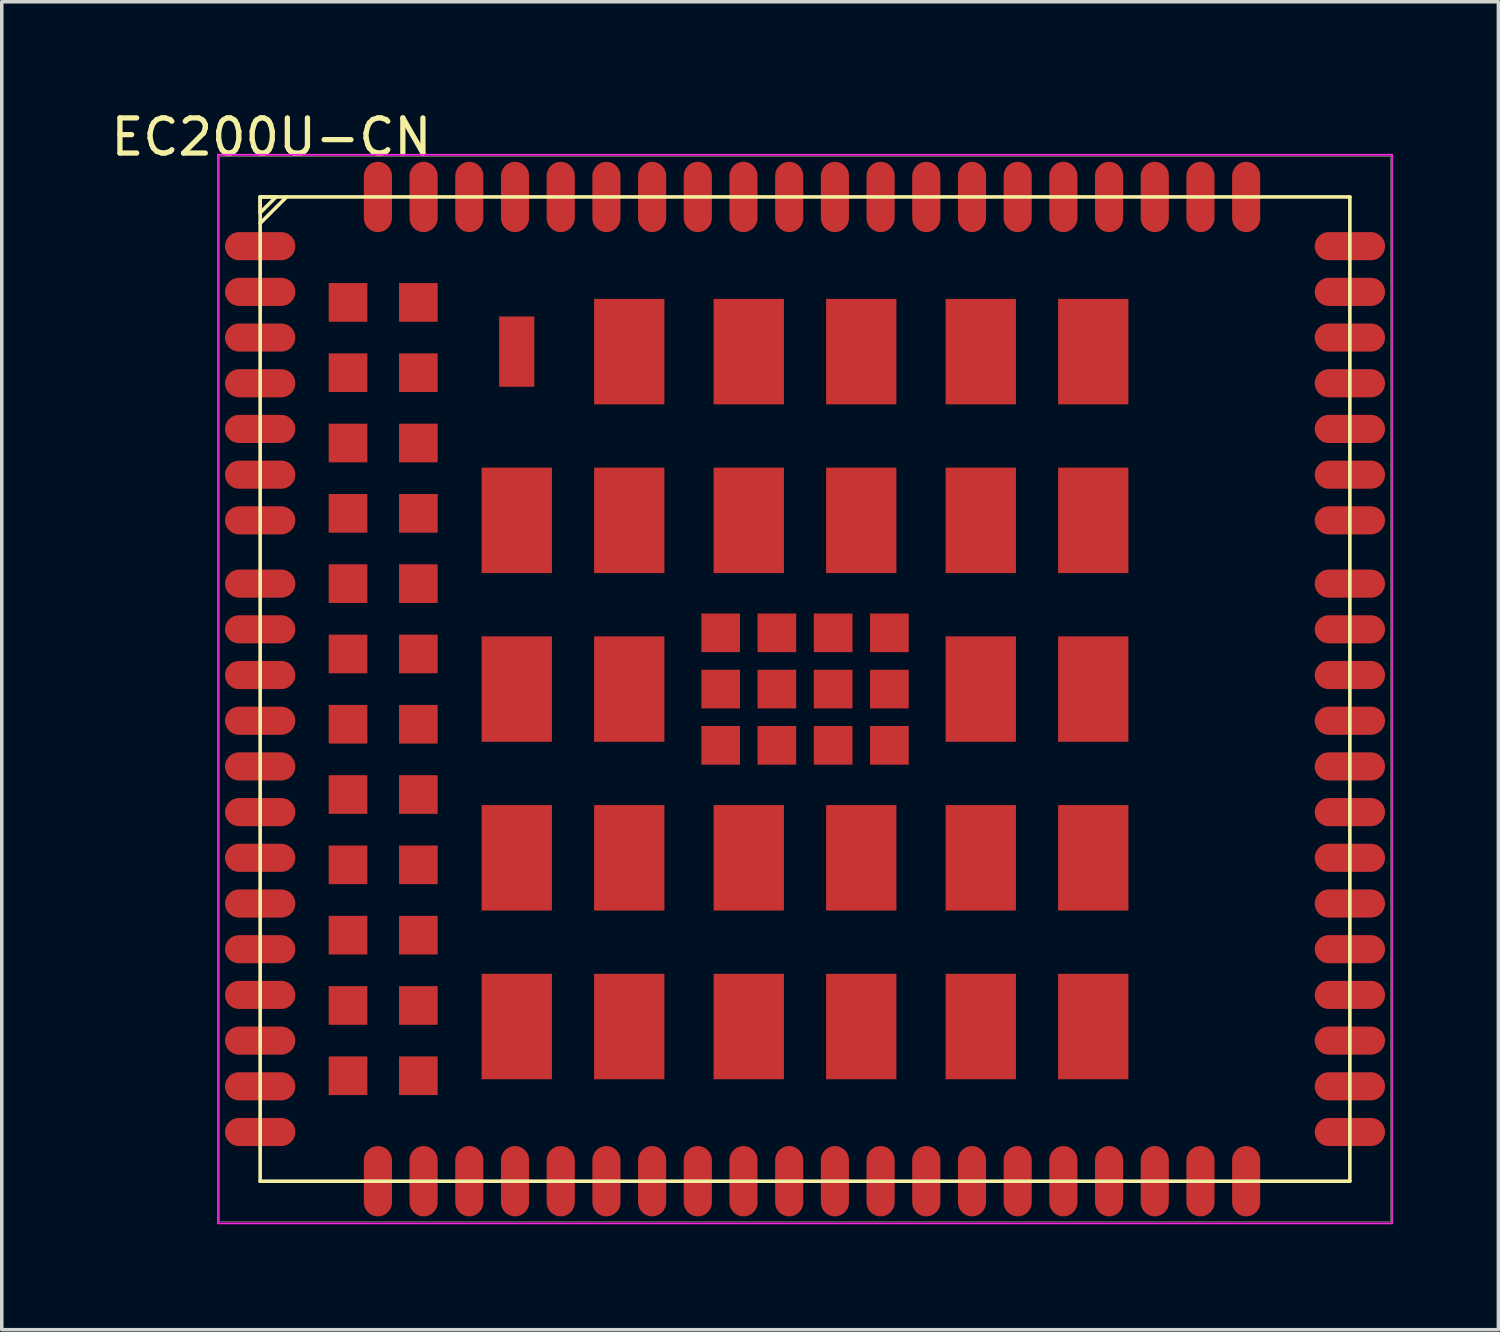
<source format=kicad_pcb>
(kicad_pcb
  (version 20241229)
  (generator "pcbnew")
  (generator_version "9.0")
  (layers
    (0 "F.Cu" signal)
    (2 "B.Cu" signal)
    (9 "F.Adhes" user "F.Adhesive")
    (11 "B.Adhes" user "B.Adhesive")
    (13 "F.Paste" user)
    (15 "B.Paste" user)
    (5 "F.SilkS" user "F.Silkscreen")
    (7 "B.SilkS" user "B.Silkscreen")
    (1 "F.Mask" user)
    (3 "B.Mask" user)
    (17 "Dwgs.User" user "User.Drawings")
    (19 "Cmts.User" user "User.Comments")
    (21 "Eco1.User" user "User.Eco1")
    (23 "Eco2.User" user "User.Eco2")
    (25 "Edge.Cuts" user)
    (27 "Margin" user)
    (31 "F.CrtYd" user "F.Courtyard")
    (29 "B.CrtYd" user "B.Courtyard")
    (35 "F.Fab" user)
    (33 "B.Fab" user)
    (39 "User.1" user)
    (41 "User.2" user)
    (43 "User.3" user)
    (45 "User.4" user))
  (footprint "EC200U-CN"
    (layer "F.Cu")
    (at 19.851 16.553)
    (property "Reference" "EC200U-CN" (at -15.179 -15.704 0) (layer "F.SilkS") (effects (font (size 1 1) (thickness 0.15))))
    (attr through_hole)
    (fp_line (start -16.65 -15.15) (end 16.65 -15.15) (stroke (width 0.01) (type solid)) (layer "F.SilkS"))
    (fp_line (start -16.65 15.15) (end -16.65 -15.15) (stroke (width 0.01) (type solid)) (layer "F.SilkS"))
    (fp_line (start -16.65 15.15) (end 16.65 15.15) (stroke (width 0.01) (type solid)) (layer "F.SilkS"))
    (fp_line (start -15.5 -14) (end -15.05 -14) (stroke (width 0.102) (type solid)) (layer "F.SilkS"))
    (fp_line (start -15.5 -14) (end 15.5 -14) (stroke (width 0.102) (type solid)) (layer "F.SilkS"))
    (fp_line (start -15.5 -13.55) (end -15.5 -14) (stroke (width 0.102) (type solid)) (layer "F.SilkS"))
    (fp_line (start -15.5 -13.55) (end -15.05 -14) (stroke (width 0.102) (type solid)) (layer "F.SilkS"))
    (fp_line (start -15.5 -13.25) (end -14.75 -14) (stroke (width 0.102) (type solid)) (layer "F.SilkS"))
    (fp_line (start -15.5 14) (end -15.5 -14) (stroke (width 0.102) (type solid)) (layer "F.SilkS"))
    (fp_line (start -15.5 14) (end 15.5 14) (stroke (width 0.102) (type solid)) (layer "F.SilkS"))
    (fp_line (start 15.5 14) (end 15.5 -14) (stroke (width 0.102) (type solid)) (layer "F.SilkS"))
    (fp_line (start 16.65 15.15) (end 16.65 -15.15) (stroke (width 0.01) (type solid)) (layer "F.SilkS"))
    (fp_line (start -16.7 -15.2) (end 16.7 -15.2) (stroke (width 0.05) (type solid)) (layer "F.CrtYd"))
    (fp_line (start -16.7 15.2) (end -16.7 -15.2) (stroke (width 0.05) (type solid)) (layer "F.CrtYd"))
    (fp_line (start 16.7 -15.2) (end 16.7 15.2) (stroke (width 0.05) (type solid)) (layer "F.CrtYd"))
    (fp_line (start 16.7 15.2) (end -16.7 15.2) (stroke (width 0.05) (type solid)) (layer "F.CrtYd"))
    (pad "1" smd oval (at -15.5 -12.6) (size 2 0.8) (layers "F.Cu" "F.Mask" "F.Paste"))
    (pad "2" smd oval (at -15.5 -11.3) (size 2 0.8) (layers "F.Cu" "F.Mask" "F.Paste"))
    (pad "3" smd oval (at -15.5 -10) (size 2 0.8) (layers "F.Cu" "F.Mask" "F.Paste"))
    (pad "4" smd oval (at -15.5 -8.7) (size 2 0.8) (layers "F.Cu" "F.Mask" "F.Paste"))
    (pad "5" smd oval (at -15.5 -7.4) (size 2 0.8) (layers "F.Cu" "F.Mask" "F.Paste"))
    (pad "6" smd oval (at -15.5 -6.1) (size 2 0.8) (layers "F.Cu" "F.Mask" "F.Paste"))
    (pad "7" smd oval (at -15.5 -4.8) (size 2 0.8) (layers "F.Cu" "F.Mask" "F.Paste"))
    (pad "8" smd oval (at -15.5 -0.4) (size 2 0.8) (layers "F.Cu" "F.Mask" "F.Paste"))
    (pad "9" smd oval (at -15.5 0.9) (size 2 0.8) (layers "F.Cu" "F.Mask" "F.Paste"))
    (pad "10" smd oval (at -15.5 2.2) (size 2 0.8) (layers "F.Cu" "F.Mask" "F.Paste"))
    (pad "11" smd oval (at -15.5 3.5) (size 2 0.8) (layers "F.Cu" "F.Mask" "F.Paste"))
    (pad "12" smd oval (at -15.5 4.8) (size 2 0.8) (layers "F.Cu" "F.Mask" "F.Paste"))
    (pad "13" smd oval (at -15.5 6.1) (size 2 0.8) (layers "F.Cu" "F.Mask" "F.Paste"))
    (pad "14" smd oval (at -15.5 7.4) (size 2 0.8) (layers "F.Cu" "F.Mask" "F.Paste"))
    (pad "15" smd oval (at -15.5 8.7) (size 2 0.8) (layers "F.Cu" "F.Mask" "F.Paste"))
    (pad "16" smd oval (at -15.5 10) (size 2 0.8) (layers "F.Cu" "F.Mask" "F.Paste"))
    (pad "17" smd oval (at -15.5 11.3) (size 2 0.8) (layers "F.Cu" "F.Mask" "F.Paste"))
    (pad "18" smd oval (at -15.5 12.6) (size 2 0.8) (layers "F.Cu" "F.Mask" "F.Paste"))
    (pad "19" smd oval (at -9.55 14 90) (size 2 0.8) (layers "F.Cu" "F.Mask" "F.Paste"))
    (pad "20" smd oval (at -8.25 14 90) (size 2 0.8) (layers "F.Cu" "F.Mask" "F.Paste"))
    (pad "21" smd oval (at -6.95 14 90) (size 2 0.8) (layers "F.Cu" "F.Mask" "F.Paste"))
    (pad "22" smd oval (at -5.65 14 90) (size 2 0.8) (layers "F.Cu" "F.Mask" "F.Paste"))
    (pad "23" smd oval (at -4.35 14 90) (size 2 0.8) (layers "F.Cu" "F.Mask" "F.Paste"))
    (pad "24" smd oval (at -3.05 14 90) (size 2 0.8) (layers "F.Cu" "F.Mask" "F.Paste"))
    (pad "25" smd oval (at -1.75 14 90) (size 2 0.8) (layers "F.Cu" "F.Mask" "F.Paste"))
    (pad "26" smd oval (at -0.45 14 90) (size 2 0.8) (layers "F.Cu" "F.Mask" "F.Paste"))
    (pad "27" smd oval (at 0.85 14 90) (size 2 0.8) (layers "F.Cu" "F.Mask" "F.Paste"))
    (pad "28" smd oval (at 2.15 14 90) (size 2 0.8) (layers "F.Cu" "F.Mask" "F.Paste"))
    (pad "29" smd oval (at 3.45 14 90) (size 2 0.8) (layers "F.Cu" "F.Mask" "F.Paste"))
    (pad "30" smd oval (at 4.75 14 90) (size 2 0.8) (layers "F.Cu" "F.Mask" "F.Paste"))
    (pad "31" smd oval (at 6.05 14 90) (size 2 0.8) (layers "F.Cu" "F.Mask" "F.Paste"))
    (pad "32" smd oval (at 7.35 14 90) (size 2 0.8) (layers "F.Cu" "F.Mask" "F.Paste"))
    (pad "33" smd oval (at 8.65 14 90) (size 2 0.8) (layers "F.Cu" "F.Mask" "F.Paste"))
    (pad "34" smd oval (at 9.95 14 90) (size 2 0.8) (layers "F.Cu" "F.Mask" "F.Paste"))
    (pad "35" smd oval (at 11.25 14 90) (size 2 0.8) (layers "F.Cu" "F.Mask" "F.Paste"))
    (pad "36" smd oval (at 12.55 14 90) (size 2 0.8) (layers "F.Cu" "F.Mask" "F.Paste"))
    (pad "37" smd oval (at 15.5 12.6) (size 2 0.8) (layers "F.Cu" "F.Mask" "F.Paste"))
    (pad "38" smd oval (at 15.5 11.3) (size 2 0.8) (layers "F.Cu" "F.Mask" "F.Paste"))
    (pad "39" smd oval (at 15.5 10) (size 2 0.8) (layers "F.Cu" "F.Mask" "F.Paste"))
    (pad "40" smd oval (at 15.5 8.7) (size 2 0.8) (layers "F.Cu" "F.Mask" "F.Paste"))
    (pad "41" smd oval (at 15.5 7.4) (size 2 0.8) (layers "F.Cu" "F.Mask" "F.Paste"))
    (pad "42" smd oval (at 15.5 6.1) (size 2 0.8) (layers "F.Cu" "F.Mask" "F.Paste"))
    (pad "43" smd oval (at 15.5 4.8) (size 2 0.8) (layers "F.Cu" "F.Mask" "F.Paste"))
    (pad "44" smd oval (at 15.5 3.5) (size 2 0.8) (layers "F.Cu" "F.Mask" "F.Paste"))
    (pad "45" smd oval (at 15.5 2.2) (size 2 0.8) (layers "F.Cu" "F.Mask" "F.Paste"))
    (pad "46" smd oval (at 15.5 0.9) (size 2 0.8) (layers "F.Cu" "F.Mask" "F.Paste"))
    (pad "47" smd oval (at 15.5 -0.4) (size 2 0.8) (layers "F.Cu" "F.Mask" "F.Paste"))
    (pad "48" smd oval (at 15.5 -4.8) (size 2 0.8) (layers "F.Cu" "F.Mask" "F.Paste"))
    (pad "49" smd oval (at 15.5 -6.1) (size 2 0.8) (layers "F.Cu" "F.Mask" "F.Paste"))
    (pad "50" smd oval (at 15.5 -7.4) (size 2 0.8) (layers "F.Cu" "F.Mask" "F.Paste"))
    (pad "51" smd oval (at 15.5 -8.7) (size 2 0.8) (layers "F.Cu" "F.Mask" "F.Paste"))
    (pad "52" smd oval (at 15.5 -10) (size 2 0.8) (layers "F.Cu" "F.Mask" "F.Paste"))
    (pad "53" smd oval (at 15.5 -11.3) (size 2 0.8) (layers "F.Cu" "F.Mask" "F.Paste"))
    (pad "54" smd oval (at 15.5 -12.6) (size 2 0.8) (layers "F.Cu" "F.Mask" "F.Paste"))
    (pad "55" smd oval (at 12.55 -14 90) (size 2 0.8) (layers "F.Cu" "F.Mask" "F.Paste"))
    (pad "56" smd oval (at 11.25 -14 90) (size 2 0.8) (layers "F.Cu" "F.Mask" "F.Paste"))
    (pad "57" smd oval (at 9.95 -14 90) (size 2 0.8) (layers "F.Cu" "F.Mask" "F.Paste"))
    (pad "58" smd oval (at 8.65 -14 90) (size 2 0.8) (layers "F.Cu" "F.Mask" "F.Paste"))
    (pad "59" smd oval (at 7.35 -14 90) (size 2 0.8) (layers "F.Cu" "F.Mask" "F.Paste"))
    (pad "60" smd oval (at 6.05 -14 90) (size 2 0.8) (layers "F.Cu" "F.Mask" "F.Paste"))
    (pad "61" smd oval (at 4.75 -14 90) (size 2 0.8) (layers "F.Cu" "F.Mask" "F.Paste"))
    (pad "62" smd oval (at 3.45 -14 90) (size 2 0.8) (layers "F.Cu" "F.Mask" "F.Paste"))
    (pad "63" smd oval (at 2.15 -14 90) (size 2 0.8) (layers "F.Cu" "F.Mask" "F.Paste"))
    (pad "64" smd oval (at 0.85 -14 90) (size 2 0.8) (layers "F.Cu" "F.Mask" "F.Paste"))
    (pad "65" smd oval (at -0.45 -14 90) (size 2 0.8) (layers "F.Cu" "F.Mask" "F.Paste"))
    (pad "66" smd oval (at -1.75 -14 90) (size 2 0.8) (layers "F.Cu" "F.Mask" "F.Paste"))
    (pad "67" smd oval (at -3.05 -14 90) (size 2 0.8) (layers "F.Cu" "F.Mask" "F.Paste"))
    (pad "68" smd oval (at -4.35 -14 90) (size 2 0.8) (layers "F.Cu" "F.Mask" "F.Paste"))
    (pad "69" smd oval (at -5.65 -14 90) (size 2 0.8) (layers "F.Cu" "F.Mask" "F.Paste"))
    (pad "70" smd oval (at -6.95 -14 90) (size 2 0.8) (layers "F.Cu" "F.Mask" "F.Paste"))
    (pad "71" smd oval (at -8.25 -14 90) (size 2 0.8) (layers "F.Cu" "F.Mask" "F.Paste"))
    (pad "72" smd oval (at -9.55 -14 90) (size 2 0.8) (layers "F.Cu" "F.Mask" "F.Paste"))
    (pad "73" smd rect (at 2.4 -1.6) (size 1.1 1.1) (layers "F.Cu" "F.Mask" "F.Paste"))
    (pad "74" smd rect (at 2.4 0) (size 1.1 1.1) (layers "F.Cu" "F.Mask" "F.Paste"))
    (pad "75" smd rect (at 2.4 1.6) (size 1.1 1.1) (layers "F.Cu" "F.Mask" "F.Paste"))
    (pad "76" smd rect (at 0.8 -1.6) (size 1.1 1.1) (layers "F.Cu" "F.Mask" "F.Paste"))
    (pad "77" smd rect (at 0.8 0) (size 1.1 1.1) (layers "F.Cu" "F.Mask" "F.Paste"))
    (pad "78" smd rect (at 0.8 1.6) (size 1.1 1.1) (layers "F.Cu" "F.Mask" "F.Paste"))
    (pad "79" smd rect (at -0.8 -1.6) (size 1.1 1.1) (layers "F.Cu" "F.Mask" "F.Paste"))
    (pad "80" smd rect (at -0.8 0) (size 1.1 1.1) (layers "F.Cu" "F.Mask" "F.Paste"))
    (pad "81" smd rect (at -0.8 1.6) (size 1.1 1.1) (layers "F.Cu" "F.Mask" "F.Paste"))
    (pad "82" smd rect (at -2.4 -1.6) (size 1.1 1.1) (layers "F.Cu" "F.Mask" "F.Paste"))
    (pad "83" smd rect (at -2.4 0) (size 1.1 1.1) (layers "F.Cu" "F.Mask" "F.Paste"))
    (pad "84" smd rect (at -2.4 1.6) (size 1.1 1.1) (layers "F.Cu" "F.Mask" "F.Paste"))
    (pad "85" smd rect (at 8.2 -9.6 90) (size 3 2) (layers "F.Cu" "F.Mask" "F.Paste"))
    (pad "86" smd rect (at 8.2 -4.8 90) (size 3 2) (layers "F.Cu" "F.Mask" "F.Paste"))
    (pad "87" smd rect (at 8.2 0 90) (size 3 2) (layers "F.Cu" "F.Mask" "F.Paste"))
    (pad "88" smd rect (at 8.2 4.8 90) (size 3 2) (layers "F.Cu" "F.Mask" "F.Paste"))
    (pad "89" smd rect (at 8.2 9.6 90) (size 3 2) (layers "F.Cu" "F.Mask" "F.Paste"))
    (pad "90" smd rect (at 5 -9.6 90) (size 3 2) (layers "F.Cu" "F.Mask" "F.Paste"))
    (pad "91" smd rect (at 5 -4.8 90) (size 3 2) (layers "F.Cu" "F.Mask" "F.Paste"))
    (pad "92" smd rect (at 5 0 90) (size 3 2) (layers "F.Cu" "F.Mask" "F.Paste"))
    (pad "93" smd rect (at 5 4.8 90) (size 3 2) (layers "F.Cu" "F.Mask" "F.Paste"))
    (pad "94" smd rect (at 5 9.6 90) (size 3 2) (layers "F.Cu" "F.Mask" "F.Paste"))
    (pad "95" smd rect (at 1.6 -9.6 90) (size 3 2) (layers "F.Cu" "F.Mask" "F.Paste"))
    (pad "96" smd rect (at 1.6 -4.8 90) (size 3 2) (layers "F.Cu" "F.Mask" "F.Paste"))
    (pad "97" smd rect (at 1.6 4.8 90) (size 3 2) (layers "F.Cu" "F.Mask" "F.Paste"))
    (pad "98" smd rect (at 1.6 9.6 90) (size 3 2) (layers "F.Cu" "F.Mask" "F.Paste"))
    (pad "99" smd rect (at -1.6 -9.6 90) (size 3 2) (layers "F.Cu" "F.Mask" "F.Paste"))
    (pad "100" smd rect (at -1.6 -4.8 90) (size 3 2) (layers "F.Cu" "F.Mask" "F.Paste"))
    (pad "101" smd rect (at -1.6 4.8 90) (size 3 2) (layers "F.Cu" "F.Mask" "F.Paste"))
    (pad "102" smd rect (at -1.6 9.6 90) (size 3 2) (layers "F.Cu" "F.Mask" "F.Paste"))
    (pad "103" smd rect (at -5 -9.6 90) (size 3 2) (layers "F.Cu" "F.Mask" "F.Paste"))
    (pad "104" smd rect (at -5 -4.8 90) (size 3 2) (layers "F.Cu" "F.Mask" "F.Paste"))
    (pad "105" smd rect (at -5 0 90) (size 3 2) (layers "F.Cu" "F.Mask" "F.Paste"))
    (pad "106" smd rect (at -5 4.8 90) (size 3 2) (layers "F.Cu" "F.Mask" "F.Paste"))
    (pad "107" smd rect (at -5 9.6 90) (size 3 2) (layers "F.Cu" "F.Mask" "F.Paste"))
    (pad "108" smd rect (at -8.2 -9.6 90) (size 2 1) (layers "F.Cu" "F.Mask" "F.Paste"))
    (pad "109" smd rect (at -8.2 -4.8 90) (size 3 2) (layers "F.Cu" "F.Mask" "F.Paste"))
    (pad "110" smd rect (at -8.2 0 90) (size 3 2) (layers "F.Cu" "F.Mask" "F.Paste"))
    (pad "111" smd rect (at -8.2 4.8 90) (size 3 2) (layers "F.Cu" "F.Mask" "F.Paste"))
    (pad "112" smd rect (at -8.2 9.6 90) (size 3 2) (layers "F.Cu" "F.Mask" "F.Paste"))
    (pad "113" smd oval (at -10.85 -14 90) (size 2 0.8) (layers "F.Cu" "F.Mask" "F.Paste"))
    (pad "114" smd oval (at -12.15 -14 90) (size 2 0.8) (layers "F.Cu" "F.Mask" "F.Paste"))
    (pad "115" smd oval (at -10.85 14 90) (size 2 0.8) (layers "F.Cu" "F.Mask" "F.Paste"))
    (pad "116" smd oval (at -12.15 14 90) (size 2 0.8) (layers "F.Cu" "F.Mask" "F.Paste"))
    (pad "117" smd rect (at -11 -11) (size 1.1 1.1) (layers "F.Cu" "F.Mask" "F.Paste"))
    (pad "118" smd rect (at -11 -9) (size 1.1 1.1) (layers "F.Cu" "F.Mask" "F.Paste"))
    (pad "119" smd rect (at -11 -7) (size 1.1 1.1) (layers "F.Cu" "F.Mask" "F.Paste"))
    (pad "120" smd rect (at -11 -5) (size 1.1 1.1) (layers "F.Cu" "F.Mask" "F.Paste"))
    (pad "121" smd rect (at -11 -3) (size 1.1 1.1) (layers "F.Cu" "F.Mask" "F.Paste"))
    (pad "122" smd rect (at -11 -1) (size 1.1 1.1) (layers "F.Cu" "F.Mask" "F.Paste"))
    (pad "123" smd rect (at -11 1) (size 1.1 1.1) (layers "F.Cu" "F.Mask" "F.Paste"))
    (pad "124" smd rect (at -11 3) (size 1.1 1.1) (layers "F.Cu" "F.Mask" "F.Paste"))
    (pad "125" smd rect (at -11 5) (size 1.1 1.1) (layers "F.Cu" "F.Mask" "F.Paste"))
    (pad "126" smd rect (at -11 7) (size 1.1 1.1) (layers "F.Cu" "F.Mask" "F.Paste"))
    (pad "127" smd rect (at -11 9) (size 1.1 1.1) (layers "F.Cu" "F.Mask" "F.Paste"))
    (pad "128" smd rect (at -11 11) (size 1.1 1.1) (layers "F.Cu" "F.Mask" "F.Paste"))
    (pad "129" smd rect (at -13 -11) (size 1.1 1.1) (layers "F.Cu" "F.Mask" "F.Paste"))
    (pad "130" smd rect (at -13 -9) (size 1.1 1.1) (layers "F.Cu" "F.Mask" "F.Paste"))
    (pad "131" smd rect (at -13 -7) (size 1.1 1.1) (layers "F.Cu" "F.Mask" "F.Paste"))
    (pad "132" smd rect (at -13 -5) (size 1.1 1.1) (layers "F.Cu" "F.Mask" "F.Paste"))
    (pad "133" smd rect (at -13 -3) (size 1.1 1.1) (layers "F.Cu" "F.Mask" "F.Paste"))
    (pad "134" smd rect (at -13 -1) (size 1.1 1.1) (layers "F.Cu" "F.Mask" "F.Paste"))
    (pad "135" smd rect (at -13 1) (size 1.1 1.1) (layers "F.Cu" "F.Mask" "F.Paste"))
    (pad "136" smd rect (at -13 3) (size 1.1 1.1) (layers "F.Cu" "F.Mask" "F.Paste"))
    (pad "137" smd rect (at -13 5) (size 1.1 1.1) (layers "F.Cu" "F.Mask" "F.Paste"))
    (pad "138" smd rect (at -13 7) (size 1.1 1.1) (layers "F.Cu" "F.Mask" "F.Paste"))
    (pad "139" smd rect (at -13 9) (size 1.1 1.1) (layers "F.Cu" "F.Mask" "F.Paste"))
    (pad "140" smd rect (at -13 11) (size 1.1 1.1) (layers "F.Cu" "F.Mask" "F.Paste"))
    (pad "141" smd oval (at -15.5 -3) (size 2 0.8) (layers "F.Cu" "F.Mask" "F.Paste"))
    (pad "142" smd oval (at -15.5 -1.7) (size 2 0.8) (layers "F.Cu" "F.Mask" "F.Paste"))
    (pad "143" smd oval (at 15.5 -1.7) (size 2 0.8) (layers "F.Cu" "F.Mask" "F.Paste"))
    (pad "144" smd oval (at 15.5 -3) (size 2 0.8) (layers "F.Cu" "F.Mask" "F.Paste")))
  (gr_rect
    (start -3 -3)
    (end 39.576 34.778)
    (stroke (width 0.1) (type default))
    (fill no)
    (layer "Edge.Cuts")))
</source>
